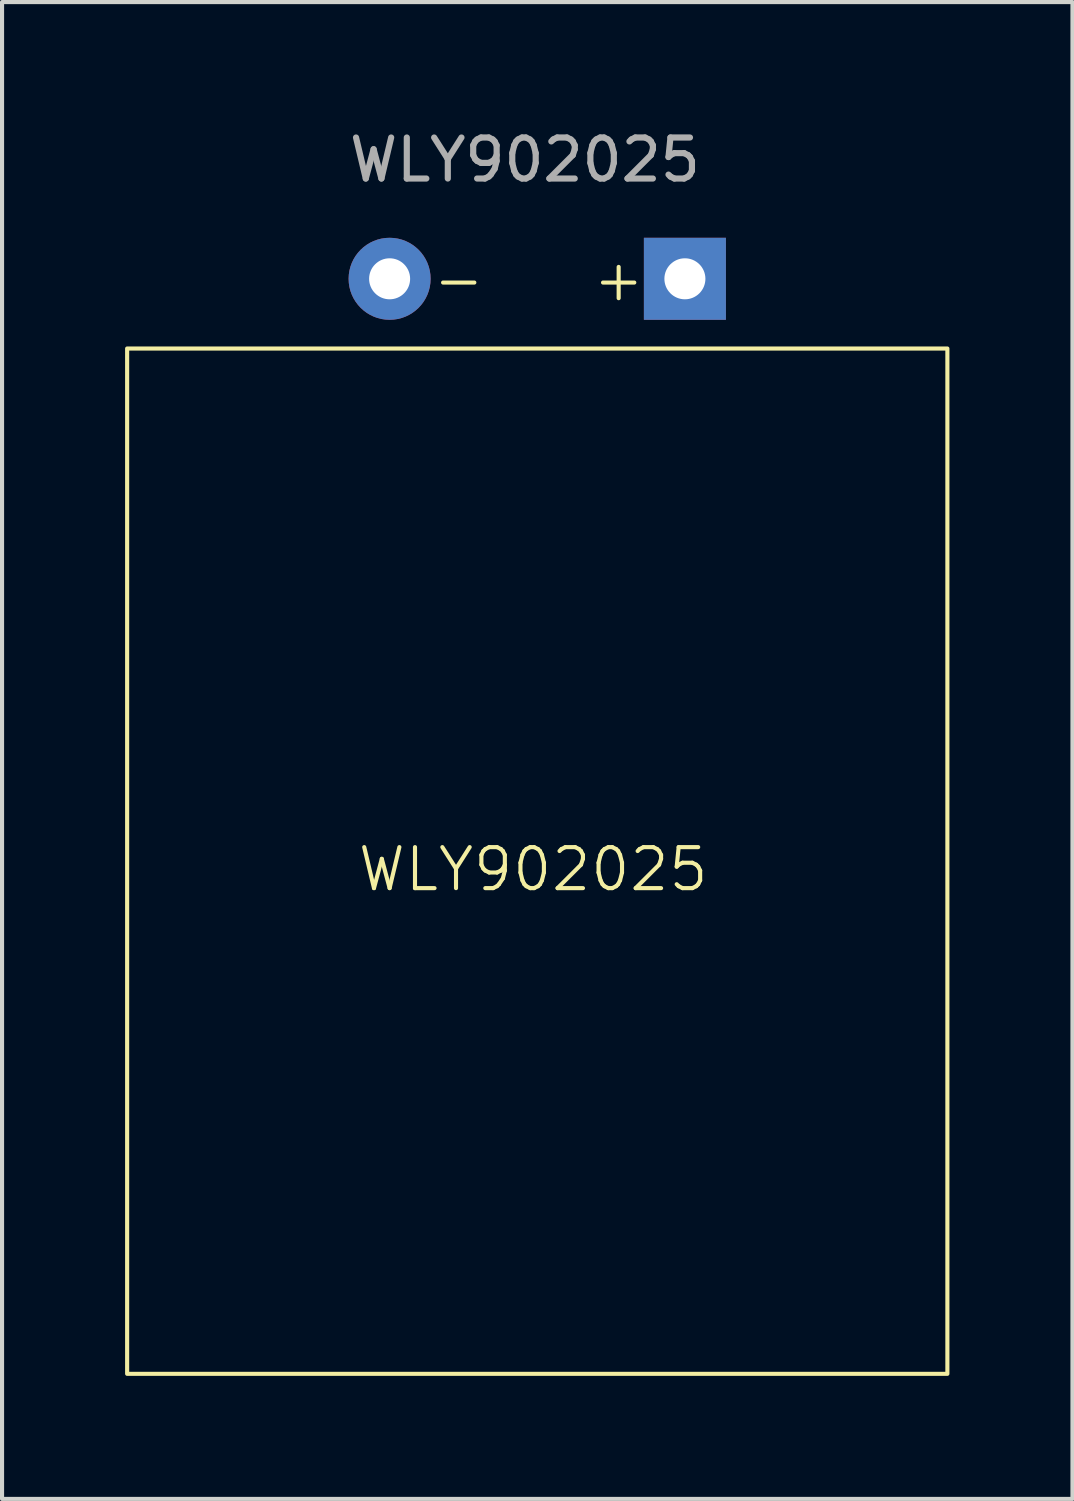
<source format=kicad_pcb>
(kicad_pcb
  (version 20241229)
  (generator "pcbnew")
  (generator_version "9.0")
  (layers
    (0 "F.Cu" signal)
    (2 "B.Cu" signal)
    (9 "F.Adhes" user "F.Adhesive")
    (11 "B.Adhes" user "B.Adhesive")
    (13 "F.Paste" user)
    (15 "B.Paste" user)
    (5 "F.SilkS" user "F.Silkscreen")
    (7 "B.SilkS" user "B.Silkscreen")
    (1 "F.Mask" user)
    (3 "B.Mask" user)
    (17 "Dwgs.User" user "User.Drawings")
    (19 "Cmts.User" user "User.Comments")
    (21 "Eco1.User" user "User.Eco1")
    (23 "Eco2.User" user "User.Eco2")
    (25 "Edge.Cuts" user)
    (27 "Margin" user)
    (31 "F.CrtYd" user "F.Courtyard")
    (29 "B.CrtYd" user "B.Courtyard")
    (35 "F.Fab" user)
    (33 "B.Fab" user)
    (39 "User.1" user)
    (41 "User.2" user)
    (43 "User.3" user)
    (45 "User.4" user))
  (footprint "WLY902025"
    (layer "F.Cu")
    (at 9.85 5.548)
    (property "Reference" "WLY902025" (at 0.1 12.6 0) (unlocked yes) (layer "F.SilkS") (effects (font (size 1 1) (thickness 0.1))))
    (attr smd)
    (fp_rect (start -9.8 -0.1) (end 10.2 24.9) (stroke (width 0.1) (type default)) (fill no) (layer "F.SilkS"))
    (fp_text user "-" (at -2.4 -1.2 0) (unlocked yes) (layer "F.SilkS") (effects (font (size 1 1) (thickness 0.1)) (justify left bottom)))
    (fp_text user "+" (at 1.5 -1.2 0) (unlocked yes) (layer "F.SilkS") (effects (font (size 1 1) (thickness 0.1)) (justify left bottom)))
    (fp_text user "${REFERENCE}" (at -0.1 -4.7 0) (unlocked yes) (layer "F.Fab") (effects (font (size 1 1) (thickness 0.15))))
    (pad "1" thru_hole rect (at 3.8 -1.8) (size 2 2) (drill 1) (layers "*.Cu" "*.Mask"))
    (pad "2" thru_hole circle (at -3.4 -1.8) (size 2 2) (drill 1) (layers "*.Cu" "*.Mask")))
  (gr_rect
    (start -3 -3)
    (end 23.1 33.498)
    (stroke (width 0.1) (type default))
    (fill no)
    (layer "Edge.Cuts")))
</source>
